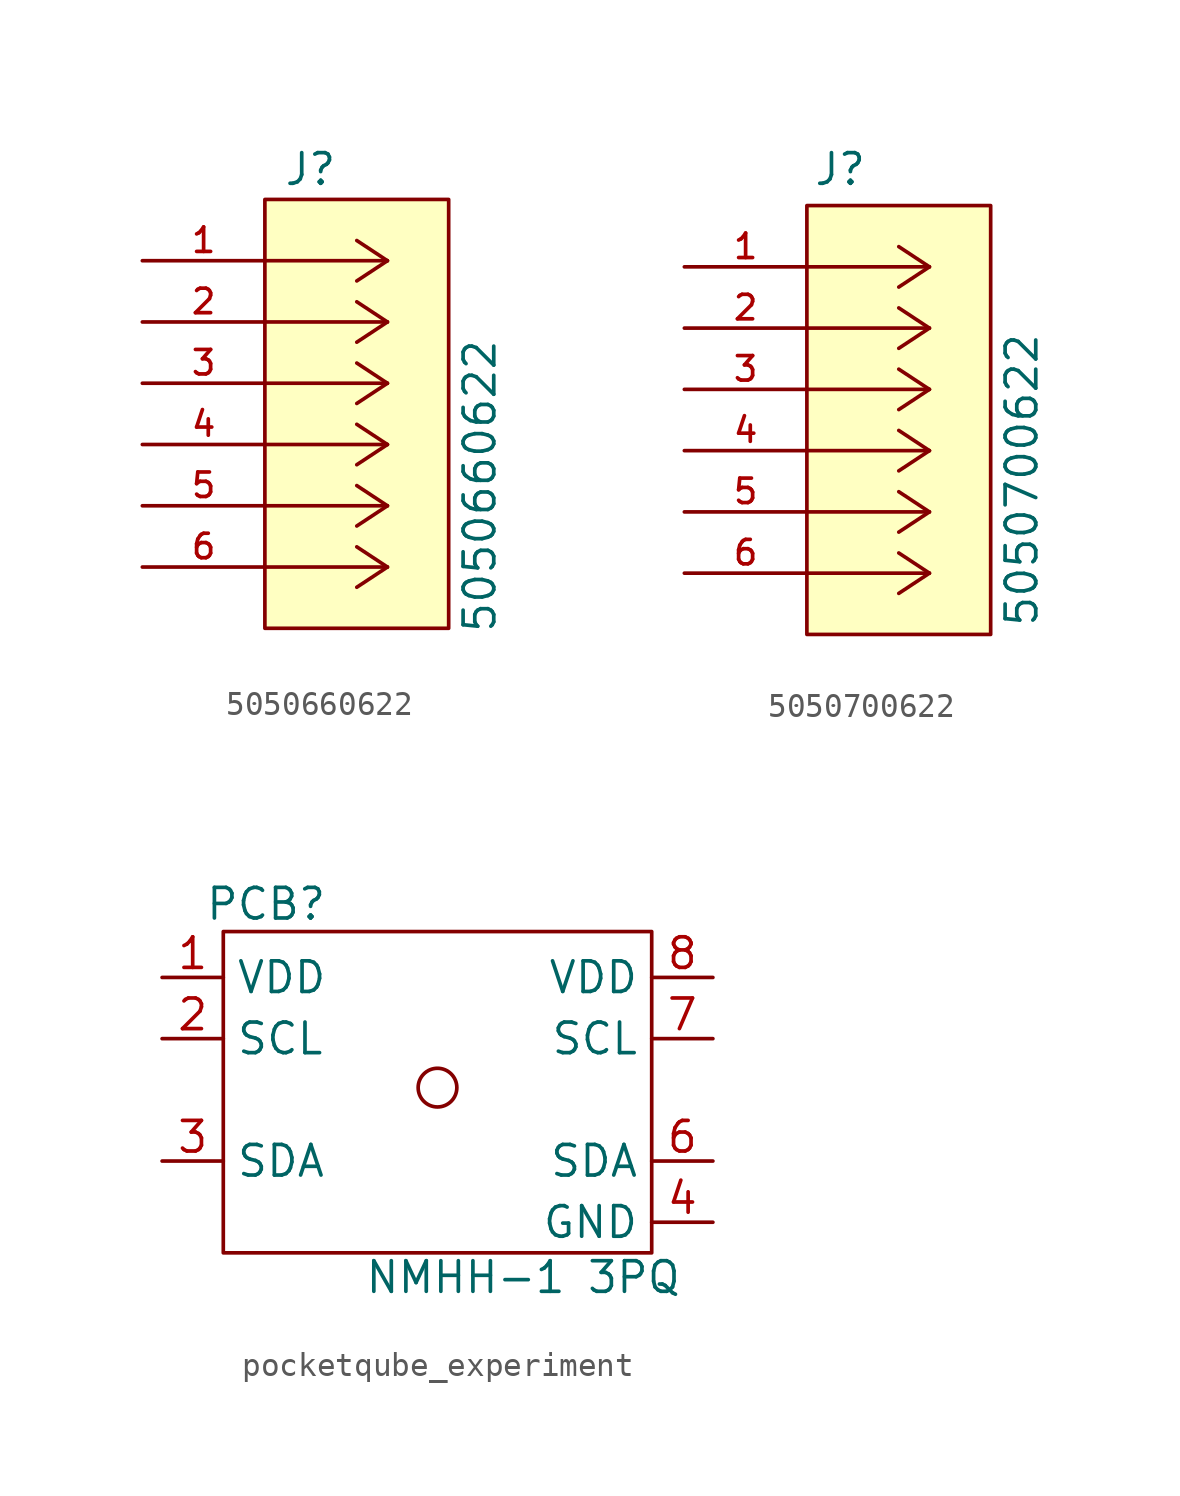
<source format=kicad_sym>
(kicad_symbol_lib
  (version 20241209)
  (generator "kicad_symbol_editor")
  (generator_version "9.0")
  (symbol "5050660622"
    (pin_names
      (offset 1.016))
    (property "Reference" "J"
      (at 5.842 3.048 0)
      (effects (font (size 1.27 1.27)) (justify left bottom)))
    (property "Value" "5050660622"
      (at 14.732 -15.494 90)
      (effects (font (size 1.27 1.27)) (justify left bottom)))
    (symbol "5050660622_0_0"
      (rectangle (start 5.08 -15.24) (end 12.7 2.54) (stroke (width 0.152) (type default)) (fill (type background)))
      (polyline (pts (xy 10.16 0) (xy 5.08 0)) (stroke (width 0.152) (type default)) (fill (type none)))
      (polyline (pts (xy 10.16 0) (xy 8.89 0.838)) (stroke (width 0.152) (type default)) (fill (type none)))
      (polyline (pts (xy 10.16 0) (xy 8.89 -0.838)) (stroke (width 0.152) (type default)) (fill (type none)))
      (polyline (pts (xy 10.16 -2.54) (xy 5.08 -2.54)) (stroke (width 0.152) (type default)) (fill (type none)))
      (polyline (pts (xy 10.16 -2.54) (xy 8.89 -1.702)) (stroke (width 0.152) (type default)) (fill (type none)))
      (polyline (pts (xy 10.16 -2.54) (xy 8.89 -3.378)) (stroke (width 0.152) (type default)) (fill (type none)))
      (polyline (pts (xy 10.16 -5.08) (xy 5.08 -5.08)) (stroke (width 0.152) (type default)) (fill (type none)))
      (polyline (pts (xy 10.16 -5.08) (xy 8.89 -4.242)) (stroke (width 0.152) (type default)) (fill (type none)))
      (polyline (pts (xy 10.16 -5.08) (xy 8.89 -5.918)) (stroke (width 0.152) (type default)) (fill (type none)))
      (polyline (pts (xy 10.16 -7.62) (xy 5.08 -7.62)) (stroke (width 0.152) (type default)) (fill (type none)))
      (polyline (pts (xy 10.16 -7.62) (xy 8.89 -6.782)) (stroke (width 0.152) (type default)) (fill (type none)))
      (polyline (pts (xy 10.16 -7.62) (xy 8.89 -8.458)) (stroke (width 0.152) (type default)) (fill (type none)))
      (polyline (pts (xy 10.16 -10.16) (xy 5.08 -10.16)) (stroke (width 0.152) (type default)) (fill (type none)))
      (polyline (pts (xy 10.16 -10.16) (xy 8.89 -9.322)) (stroke (width 0.152) (type default)) (fill (type none)))
      (polyline (pts (xy 10.16 -10.16) (xy 8.89 -10.998)) (stroke (width 0.152) (type default)) (fill (type none)))
      (polyline (pts (xy 10.16 -12.7) (xy 5.08 -12.7)) (stroke (width 0.152) (type default)) (fill (type none)))
      (polyline (pts (xy 10.16 -12.7) (xy 8.89 -11.862)) (stroke (width 0.152) (type default)) (fill (type none)))
      (polyline (pts (xy 10.16 -12.7) (xy 8.89 -13.538)) (stroke (width 0.152) (type default)) (fill (type none)))
      (pin passive line (at 0 0 0) (length 5.08) (name "~" (effects (font (size 1.016 1.016)))) (number "1" (effects (font (size 1.016 1.016)))))
      (pin passive line (at 0 -2.54 0) (length 5.08) (name "~" (effects (font (size 1.016 1.016)))) (number "2" (effects (font (size 1.016 1.016)))))
      (pin passive line (at 0 -5.08 0) (length 5.08) (name "~" (effects (font (size 1.016 1.016)))) (number "3" (effects (font (size 1.016 1.016)))))
      (pin passive line (at 0 -7.62 0) (length 5.08) (name "~" (effects (font (size 1.016 1.016)))) (number "4" (effects (font (size 1.016 1.016)))))
      (pin passive line (at 0 -10.16 0) (length 5.08) (name "~" (effects (font (size 1.016 1.016)))) (number "5" (effects (font (size 1.016 1.016)))))
      (pin passive line (at 0 -12.7 0) (length 5.08) (name "~" (effects (font (size 1.016 1.016)))) (number "6" (effects (font (size 1.016 1.016)))))))
  (symbol "5050700622"
    (pin_names
      (offset 1.016))
    (property "Reference" "J"
      (at 5.334 3.302 0)
      (effects (font (size 1.27 1.27)) (justify left bottom)))
    (property "Value" "5050700622"
      (at 14.732 -14.986 90)
      (effects (font (size 1.27 1.27)) (justify left bottom)))
    (symbol "5050700622_0_0"
      (rectangle (start 5.08 -15.24) (end 12.7 2.54) (stroke (width 0.152) (type default)) (fill (type background)))
      (polyline (pts (xy 10.16 0) (xy 5.08 0)) (stroke (width 0.152) (type default)) (fill (type none)))
      (polyline (pts (xy 10.16 0) (xy 8.89 0.838)) (stroke (width 0.152) (type default)) (fill (type none)))
      (polyline (pts (xy 10.16 0) (xy 8.89 -0.838)) (stroke (width 0.152) (type default)) (fill (type none)))
      (polyline (pts (xy 10.16 -2.54) (xy 5.08 -2.54)) (stroke (width 0.152) (type default)) (fill (type none)))
      (polyline (pts (xy 10.16 -2.54) (xy 8.89 -1.702)) (stroke (width 0.152) (type default)) (fill (type none)))
      (polyline (pts (xy 10.16 -2.54) (xy 8.89 -3.378)) (stroke (width 0.152) (type default)) (fill (type none)))
      (polyline (pts (xy 10.16 -5.08) (xy 5.08 -5.08)) (stroke (width 0.152) (type default)) (fill (type none)))
      (polyline (pts (xy 10.16 -5.08) (xy 8.89 -4.242)) (stroke (width 0.152) (type default)) (fill (type none)))
      (polyline (pts (xy 10.16 -5.08) (xy 8.89 -5.918)) (stroke (width 0.152) (type default)) (fill (type none)))
      (polyline (pts (xy 10.16 -7.62) (xy 5.08 -7.62)) (stroke (width 0.152) (type default)) (fill (type none)))
      (polyline (pts (xy 10.16 -7.62) (xy 8.89 -6.782)) (stroke (width 0.152) (type default)) (fill (type none)))
      (polyline (pts (xy 10.16 -7.62) (xy 8.89 -8.458)) (stroke (width 0.152) (type default)) (fill (type none)))
      (polyline (pts (xy 10.16 -10.16) (xy 5.08 -10.16)) (stroke (width 0.152) (type default)) (fill (type none)))
      (polyline (pts (xy 10.16 -10.16) (xy 8.89 -9.322)) (stroke (width 0.152) (type default)) (fill (type none)))
      (polyline (pts (xy 10.16 -10.16) (xy 8.89 -10.998)) (stroke (width 0.152) (type default)) (fill (type none)))
      (polyline (pts (xy 10.16 -12.7) (xy 5.08 -12.7)) (stroke (width 0.152) (type default)) (fill (type none)))
      (polyline (pts (xy 10.16 -12.7) (xy 8.89 -11.862)) (stroke (width 0.152) (type default)) (fill (type none)))
      (polyline (pts (xy 10.16 -12.7) (xy 8.89 -13.538)) (stroke (width 0.152) (type default)) (fill (type none)))
      (pin passive line (at 0 0 0) (length 5.08) (name "~" (effects (font (size 1.016 1.016)))) (number "1" (effects (font (size 1.016 1.016)))))
      (pin passive line (at 0 -2.54 0) (length 5.08) (name "~" (effects (font (size 1.016 1.016)))) (number "2" (effects (font (size 1.016 1.016)))))
      (pin passive line (at 0 -5.08 0) (length 5.08) (name "~" (effects (font (size 1.016 1.016)))) (number "3" (effects (font (size 1.016 1.016)))))
      (pin passive line (at 0 -7.62 0) (length 5.08) (name "~" (effects (font (size 1.016 1.016)))) (number "4" (effects (font (size 1.016 1.016)))))
      (pin passive line (at 0 -10.16 0) (length 5.08) (name "~" (effects (font (size 1.016 1.016)))) (number "5" (effects (font (size 1.016 1.016)))))
      (pin passive line (at 0 -12.7 0) (length 5.08) (name "~" (effects (font (size 1.016 1.016)))) (number "6" (effects (font (size 1.016 1.016)))))))
  (symbol "pocketqube_experiment"
    (property "Reference" "PCB"
      (at 1.778 8.128 0)
      (effects (font (size 1.27 1.27))))
    (property "Value" "NMHH-1 3PQ"
      (at 12.446 -7.366 0)
      (effects (font (size 1.27 1.27))))
    (symbol "pocketqube_experiment_0_1"
      (rectangle (start 0 6.985) (end 17.78 -6.35) (stroke (width 0) (type default)) (fill (type none)))
      (circle (center 8.89 0.508) (radius 0.803) (stroke (width 0) (type default)) (fill (type none))))
    (symbol "pocketqube_experiment_1_1"
      (pin power_in line (at -2.54 5.08 0) (length 2.54) (name "VDD" (effects (font (size 1.27 1.27)))) (number "1" (effects (font (size 1.27 1.27)))))
      (pin bidirectional line (at -2.54 2.54 0) (length 2.54) (name "SCL" (effects (font (size 1.27 1.27)))) (number "2" (effects (font (size 1.27 1.27)))))
      (pin bidirectional line (at -2.54 -2.54 0) (length 2.54) (name "SDA" (effects (font (size 1.27 1.27)))) (number "3" (effects (font (size 1.27 1.27)))))
      (pin power_in line (at 20.32 5.08 180) (length 2.54) (name "VDD" (effects (font (size 1.27 1.27)))) (number "8" (effects (font (size 1.27 1.27)))))
      (pin bidirectional line (at 20.32 2.54 180) (length 2.54) (name "SCL" (effects (font (size 1.27 1.27)))) (number "7" (effects (font (size 1.27 1.27)))))
      (pin bidirectional line (at 20.32 -2.54 180) (length 2.54) (name "SDA" (effects (font (size 1.27 1.27)))) (number "6" (effects (font (size 1.27 1.27)))))
      (pin power_in line (at 20.32 -5.08 180) (length 2.54) (name "GND" (effects (font (size 1.27 1.27)))) (number "4" (effects (font (size 1.27 1.27)))))
      (pin power_in line (at 20.32 -5.08 180) (length 2.54) (hide yes) (name "GND" (effects (font (size 1.27 1.27)))) (number "5" (effects (font (size 1.27 1.27)))))
      (pin power_in line (at 20.32 -5.08 180) (length 2.54) (hide yes) (name "GND" (effects (font (size 1.27 1.27)))) (number "9" (effects (font (size 1.27 1.27))))))))
</source>
